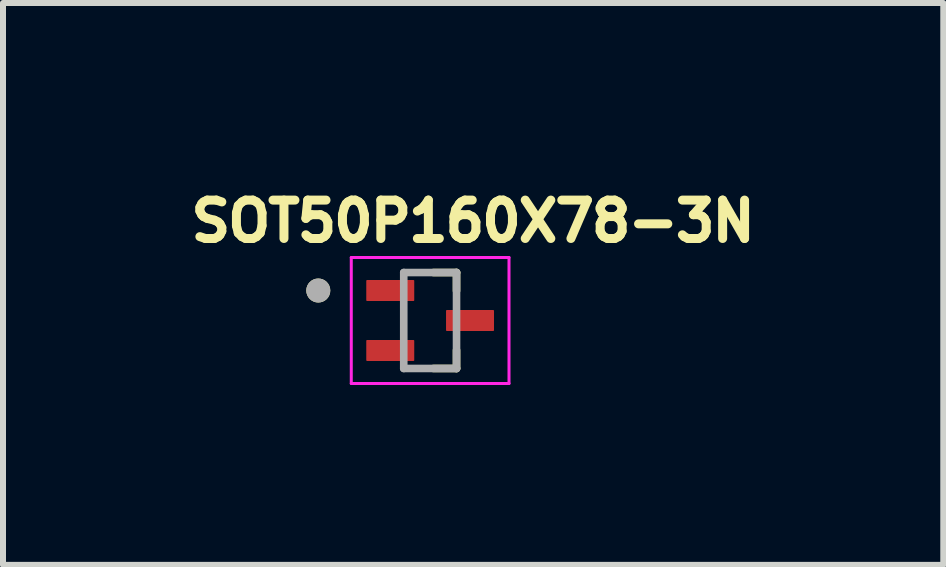
<source format=kicad_pcb>
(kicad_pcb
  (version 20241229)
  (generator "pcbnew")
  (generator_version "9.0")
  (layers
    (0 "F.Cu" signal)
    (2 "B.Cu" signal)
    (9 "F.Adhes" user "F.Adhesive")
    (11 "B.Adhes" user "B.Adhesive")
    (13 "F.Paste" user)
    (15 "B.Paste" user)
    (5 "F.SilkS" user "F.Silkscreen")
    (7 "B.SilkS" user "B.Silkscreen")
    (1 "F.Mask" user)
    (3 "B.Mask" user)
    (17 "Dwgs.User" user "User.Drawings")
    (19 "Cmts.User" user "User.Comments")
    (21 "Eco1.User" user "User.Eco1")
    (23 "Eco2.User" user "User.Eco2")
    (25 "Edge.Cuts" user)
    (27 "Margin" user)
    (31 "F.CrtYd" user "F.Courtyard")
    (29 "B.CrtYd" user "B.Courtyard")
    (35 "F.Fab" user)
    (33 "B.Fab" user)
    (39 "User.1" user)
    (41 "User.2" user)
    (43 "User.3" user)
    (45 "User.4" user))
  (footprint "SOT50P160X78-3N"
    (layer "F.Cu")
    (at 4.122 2.294)
    (property "Reference" "SOT50P160X78-3N" (at 0.717 -1.656 0) (layer "F.SilkS") (effects (font (size 0.64 0.64) (thickness 0.15))))
    (attr smd)
    (fp_line (start 0.055 0.8) (end 0.44 0.8) (stroke (width 0.127) (type solid)) (layer "F.SilkS"))
    (fp_line (start 0.44 -0.8) (end 0.055 -0.8) (stroke (width 0.127) (type solid)) (layer "F.SilkS"))
    (fp_line (start 0.44 -0.495) (end 0.44 -0.8) (stroke (width 0.127) (type solid)) (layer "F.SilkS"))
    (fp_line (start 0.44 0.8) (end 0.44 0.495) (stroke (width 0.127) (type solid)) (layer "F.SilkS"))
    (fp_circle (center -1.865 -0.5) (end -1.765 -0.5) (stroke (width 0.2) (type solid)) (fill no) (layer "F.SilkS"))
    (fp_line (start -1.315 -1.05) (end -1.315 1.05) (stroke (width 0.05) (type solid)) (layer "F.CrtYd"))
    (fp_line (start -1.315 1.05) (end 1.315 1.05) (stroke (width 0.05) (type solid)) (layer "F.CrtYd"))
    (fp_line (start 1.315 -1.05) (end -1.315 -1.05) (stroke (width 0.05) (type solid)) (layer "F.CrtYd"))
    (fp_line (start 1.315 1.05) (end 1.315 -1.05) (stroke (width 0.05) (type solid)) (layer "F.CrtYd"))
    (fp_line (start -0.44 -0.8) (end -0.44 0.8) (stroke (width 0.127) (type solid)) (layer "F.Fab"))
    (fp_line (start -0.44 0.8) (end 0.44 0.8) (stroke (width 0.127) (type solid)) (layer "F.Fab"))
    (fp_line (start 0.44 -0.8) (end -0.44 -0.8) (stroke (width 0.127) (type solid)) (layer "F.Fab"))
    (fp_line (start 0.44 0.8) (end 0.44 -0.8) (stroke (width 0.127) (type solid)) (layer "F.Fab"))
    (fp_circle (center -1.865 -0.5) (end -1.765 -0.5) (stroke (width 0.2) (type solid)) (fill no) (layer "F.Fab"))
    (pad "1" smd roundrect (at -0.665 -0.5) (size 0.8 0.35) (layers "F.Cu" "F.Mask" "F.Paste") (roundrect_rratio 0.04))
    (pad "2" smd roundrect (at -0.665 0.5) (size 0.8 0.35) (layers "F.Cu" "F.Mask" "F.Paste") (roundrect_rratio 0.04))
    (pad "3" smd roundrect (at 0.665 0) (size 0.8 0.35) (layers "F.Cu" "F.Mask" "F.Paste") (roundrect_rratio 0.04)))
  (gr_rect
    (start -3 -3)
    (end 12.678 6.369)
    (stroke (width 0.1) (type default))
    (fill no)
    (layer "Edge.Cuts")))
</source>
